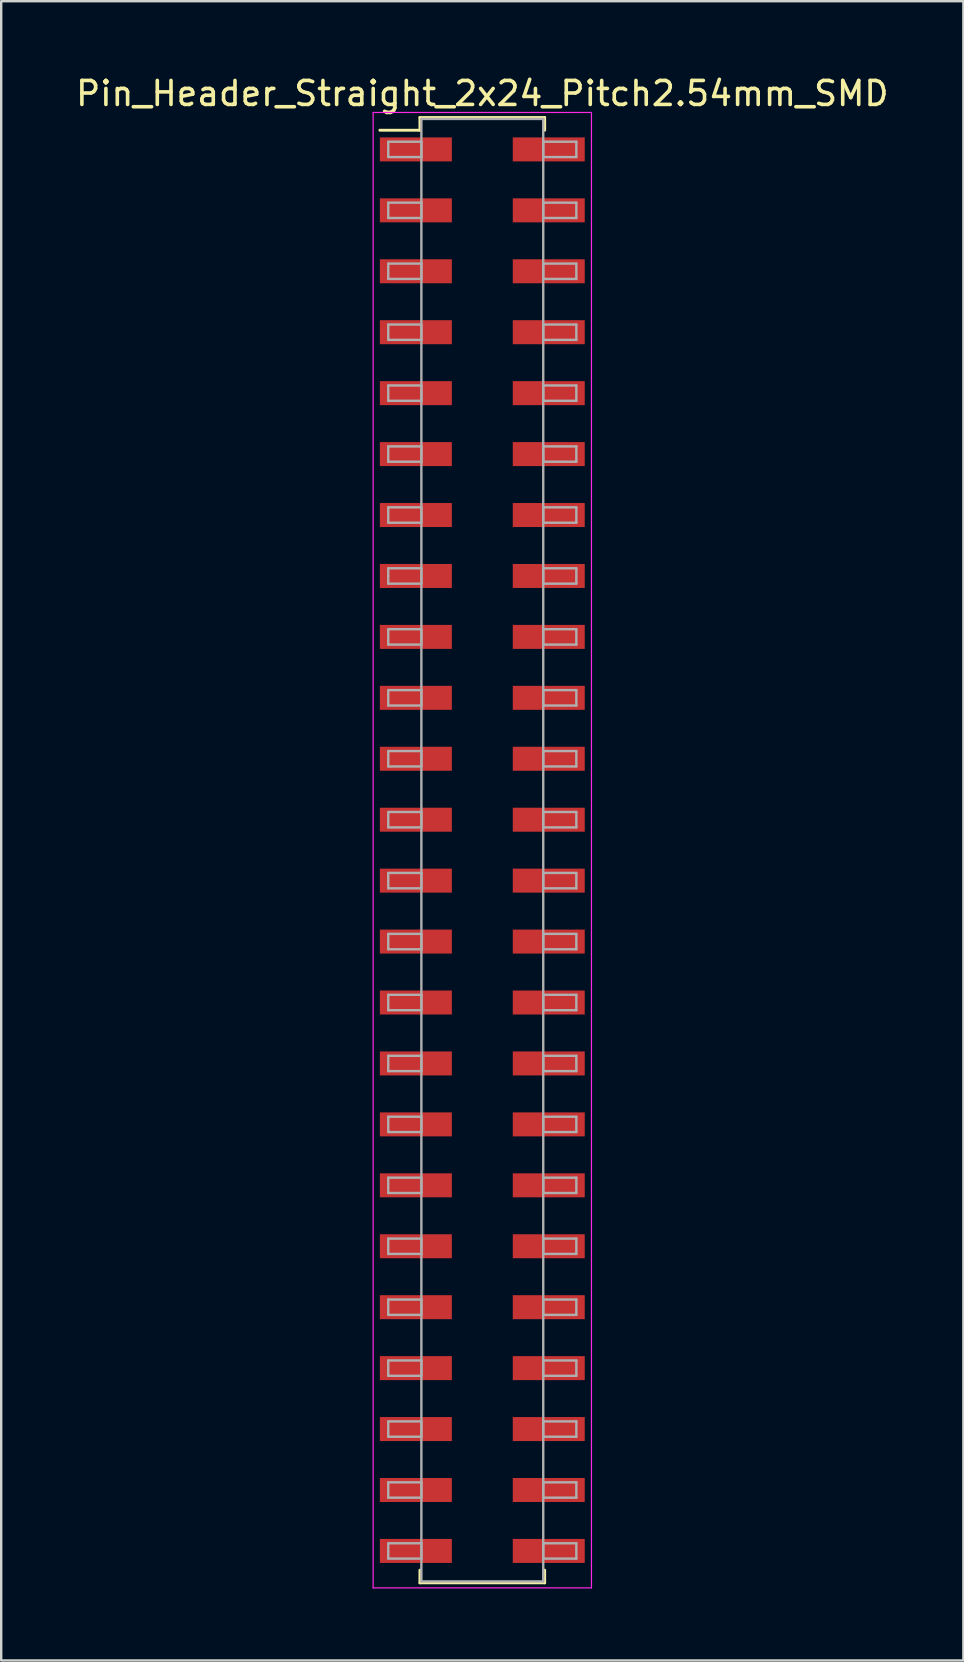
<source format=kicad_pcb>
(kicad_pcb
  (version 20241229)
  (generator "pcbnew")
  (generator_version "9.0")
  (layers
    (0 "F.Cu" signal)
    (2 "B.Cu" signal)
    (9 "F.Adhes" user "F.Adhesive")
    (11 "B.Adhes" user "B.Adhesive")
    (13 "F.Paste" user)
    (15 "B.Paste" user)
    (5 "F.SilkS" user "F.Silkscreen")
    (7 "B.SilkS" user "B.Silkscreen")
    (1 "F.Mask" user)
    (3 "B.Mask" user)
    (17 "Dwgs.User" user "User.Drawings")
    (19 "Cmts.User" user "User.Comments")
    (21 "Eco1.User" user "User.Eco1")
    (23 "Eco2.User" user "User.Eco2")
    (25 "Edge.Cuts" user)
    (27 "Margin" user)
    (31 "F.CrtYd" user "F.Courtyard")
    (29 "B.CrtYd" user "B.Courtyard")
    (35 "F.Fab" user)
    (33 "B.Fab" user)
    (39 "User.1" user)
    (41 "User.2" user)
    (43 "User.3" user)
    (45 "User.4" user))
  (footprint "Pin_Header_Straight_2x24_Pitch2.54mm_SMD"
    (layer "F.Cu")
    (at 17.054 32.388)
    (property "Reference" "Pin_Header_Straight_2x24_Pitch2.54mm_SMD" (at 0 -31.54 0) (layer "F.SilkS") (effects (font (size 1 1) (thickness 0.15))))
    (attr smd)
    (fp_line (start -4.27 -30.01) (end -2.6 -30.01) (stroke (width 0.12) (type solid)) (layer "F.SilkS"))
    (fp_line (start -2.6 -30.54) (end 2.6 -30.54) (stroke (width 0.12) (type solid)) (layer "F.SilkS"))
    (fp_line (start -2.6 -30.01) (end -2.6 -30.54) (stroke (width 0.12) (type solid)) (layer "F.SilkS"))
    (fp_line (start -2.6 30.01) (end -2.6 30.54) (stroke (width 0.12) (type solid)) (layer "F.SilkS"))
    (fp_line (start -2.6 30.54) (end 2.6 30.54) (stroke (width 0.12) (type solid)) (layer "F.SilkS"))
    (fp_line (start 2.6 -30.54) (end 2.6 -30.01) (stroke (width 0.12) (type solid)) (layer "F.SilkS"))
    (fp_line (start 2.6 30.54) (end 2.6 30.01) (stroke (width 0.12) (type solid)) (layer "F.SilkS"))
    (fp_line (start -4.55 -30.75) (end -4.55 30.75) (stroke (width 0.05) (type solid)) (layer "F.CrtYd"))
    (fp_line (start -4.55 30.75) (end 4.55 30.75) (stroke (width 0.05) (type solid)) (layer "F.CrtYd"))
    (fp_line (start 4.55 -30.75) (end -4.55 -30.75) (stroke (width 0.05) (type solid)) (layer "F.CrtYd"))
    (fp_line (start 4.55 30.75) (end 4.55 -30.75) (stroke (width 0.05) (type solid)) (layer "F.CrtYd"))
    (fp_line (start -3.92 -29.53) (end -2.54 -29.53) (stroke (width 0.1) (type solid)) (layer "F.Fab"))
    (fp_line (start -3.92 -28.89) (end -3.92 -29.53) (stroke (width 0.1) (type solid)) (layer "F.Fab"))
    (fp_line (start -3.92 -26.99) (end -2.54 -26.99) (stroke (width 0.1) (type solid)) (layer "F.Fab"))
    (fp_line (start -3.92 -26.35) (end -3.92 -26.99) (stroke (width 0.1) (type solid)) (layer "F.Fab"))
    (fp_line (start -3.92 -24.45) (end -2.54 -24.45) (stroke (width 0.1) (type solid)) (layer "F.Fab"))
    (fp_line (start -3.92 -23.81) (end -3.92 -24.45) (stroke (width 0.1) (type solid)) (layer "F.Fab"))
    (fp_line (start -3.92 -21.91) (end -2.54 -21.91) (stroke (width 0.1) (type solid)) (layer "F.Fab"))
    (fp_line (start -3.92 -21.27) (end -3.92 -21.91) (stroke (width 0.1) (type solid)) (layer "F.Fab"))
    (fp_line (start -3.92 -19.37) (end -2.54 -19.37) (stroke (width 0.1) (type solid)) (layer "F.Fab"))
    (fp_line (start -3.92 -18.73) (end -3.92 -19.37) (stroke (width 0.1) (type solid)) (layer "F.Fab"))
    (fp_line (start -3.92 -16.83) (end -2.54 -16.83) (stroke (width 0.1) (type solid)) (layer "F.Fab"))
    (fp_line (start -3.92 -16.19) (end -3.92 -16.83) (stroke (width 0.1) (type solid)) (layer "F.Fab"))
    (fp_line (start -3.92 -14.29) (end -2.54 -14.29) (stroke (width 0.1) (type solid)) (layer "F.Fab"))
    (fp_line (start -3.92 -13.65) (end -3.92 -14.29) (stroke (width 0.1) (type solid)) (layer "F.Fab"))
    (fp_line (start -3.92 -11.75) (end -2.54 -11.75) (stroke (width 0.1) (type solid)) (layer "F.Fab"))
    (fp_line (start -3.92 -11.11) (end -3.92 -11.75) (stroke (width 0.1) (type solid)) (layer "F.Fab"))
    (fp_line (start -3.92 -9.21) (end -2.54 -9.21) (stroke (width 0.1) (type solid)) (layer "F.Fab"))
    (fp_line (start -3.92 -8.57) (end -3.92 -9.21) (stroke (width 0.1) (type solid)) (layer "F.Fab"))
    (fp_line (start -3.92 -6.67) (end -2.54 -6.67) (stroke (width 0.1) (type solid)) (layer "F.Fab"))
    (fp_line (start -3.92 -6.03) (end -3.92 -6.67) (stroke (width 0.1) (type solid)) (layer "F.Fab"))
    (fp_line (start -3.92 -4.13) (end -2.54 -4.13) (stroke (width 0.1) (type solid)) (layer "F.Fab"))
    (fp_line (start -3.92 -3.49) (end -3.92 -4.13) (stroke (width 0.1) (type solid)) (layer "F.Fab"))
    (fp_line (start -3.92 -1.59) (end -2.54 -1.59) (stroke (width 0.1) (type solid)) (layer "F.Fab"))
    (fp_line (start -3.92 -0.95) (end -3.92 -1.59) (stroke (width 0.1) (type solid)) (layer "F.Fab"))
    (fp_line (start -3.92 0.95) (end -2.54 0.95) (stroke (width 0.1) (type solid)) (layer "F.Fab"))
    (fp_line (start -3.92 1.59) (end -3.92 0.95) (stroke (width 0.1) (type solid)) (layer "F.Fab"))
    (fp_line (start -3.92 3.49) (end -2.54 3.49) (stroke (width 0.1) (type solid)) (layer "F.Fab"))
    (fp_line (start -3.92 4.13) (end -3.92 3.49) (stroke (width 0.1) (type solid)) (layer "F.Fab"))
    (fp_line (start -3.92 6.03) (end -2.54 6.03) (stroke (width 0.1) (type solid)) (layer "F.Fab"))
    (fp_line (start -3.92 6.67) (end -3.92 6.03) (stroke (width 0.1) (type solid)) (layer "F.Fab"))
    (fp_line (start -3.92 8.57) (end -2.54 8.57) (stroke (width 0.1) (type solid)) (layer "F.Fab"))
    (fp_line (start -3.92 9.21) (end -3.92 8.57) (stroke (width 0.1) (type solid)) (layer "F.Fab"))
    (fp_line (start -3.92 11.11) (end -2.54 11.11) (stroke (width 0.1) (type solid)) (layer "F.Fab"))
    (fp_line (start -3.92 11.75) (end -3.92 11.11) (stroke (width 0.1) (type solid)) (layer "F.Fab"))
    (fp_line (start -3.92 13.65) (end -2.54 13.65) (stroke (width 0.1) (type solid)) (layer "F.Fab"))
    (fp_line (start -3.92 14.29) (end -3.92 13.65) (stroke (width 0.1) (type solid)) (layer "F.Fab"))
    (fp_line (start -3.92 16.19) (end -2.54 16.19) (stroke (width 0.1) (type solid)) (layer "F.Fab"))
    (fp_line (start -3.92 16.83) (end -3.92 16.19) (stroke (width 0.1) (type solid)) (layer "F.Fab"))
    (fp_line (start -3.92 18.73) (end -2.54 18.73) (stroke (width 0.1) (type solid)) (layer "F.Fab"))
    (fp_line (start -3.92 19.37) (end -3.92 18.73) (stroke (width 0.1) (type solid)) (layer "F.Fab"))
    (fp_line (start -3.92 21.27) (end -2.54 21.27) (stroke (width 0.1) (type solid)) (layer "F.Fab"))
    (fp_line (start -3.92 21.91) (end -3.92 21.27) (stroke (width 0.1) (type solid)) (layer "F.Fab"))
    (fp_line (start -3.92 23.81) (end -2.54 23.81) (stroke (width 0.1) (type solid)) (layer "F.Fab"))
    (fp_line (start -3.92 24.45) (end -3.92 23.81) (stroke (width 0.1) (type solid)) (layer "F.Fab"))
    (fp_line (start -3.92 26.35) (end -2.54 26.35) (stroke (width 0.1) (type solid)) (layer "F.Fab"))
    (fp_line (start -3.92 26.99) (end -3.92 26.35) (stroke (width 0.1) (type solid)) (layer "F.Fab"))
    (fp_line (start -3.92 28.89) (end -2.54 28.89) (stroke (width 0.1) (type solid)) (layer "F.Fab"))
    (fp_line (start -3.92 29.53) (end -3.92 28.89) (stroke (width 0.1) (type solid)) (layer "F.Fab"))
    (fp_line (start -2.54 -30.48) (end -2.54 30.48) (stroke (width 0.1) (type solid)) (layer "F.Fab"))
    (fp_line (start -2.54 -29.53) (end -2.54 -28.89) (stroke (width 0.1) (type solid)) (layer "F.Fab"))
    (fp_line (start -2.54 -28.89) (end -3.92 -28.89) (stroke (width 0.1) (type solid)) (layer "F.Fab"))
    (fp_line (start -2.54 -26.99) (end -2.54 -26.35) (stroke (width 0.1) (type solid)) (layer "F.Fab"))
    (fp_line (start -2.54 -26.35) (end -3.92 -26.35) (stroke (width 0.1) (type solid)) (layer "F.Fab"))
    (fp_line (start -2.54 -24.45) (end -2.54 -23.81) (stroke (width 0.1) (type solid)) (layer "F.Fab"))
    (fp_line (start -2.54 -23.81) (end -3.92 -23.81) (stroke (width 0.1) (type solid)) (layer "F.Fab"))
    (fp_line (start -2.54 -21.91) (end -2.54 -21.27) (stroke (width 0.1) (type solid)) (layer "F.Fab"))
    (fp_line (start -2.54 -21.27) (end -3.92 -21.27) (stroke (width 0.1) (type solid)) (layer "F.Fab"))
    (fp_line (start -2.54 -19.37) (end -2.54 -18.73) (stroke (width 0.1) (type solid)) (layer "F.Fab"))
    (fp_line (start -2.54 -18.73) (end -3.92 -18.73) (stroke (width 0.1) (type solid)) (layer "F.Fab"))
    (fp_line (start -2.54 -16.83) (end -2.54 -16.19) (stroke (width 0.1) (type solid)) (layer "F.Fab"))
    (fp_line (start -2.54 -16.19) (end -3.92 -16.19) (stroke (width 0.1) (type solid)) (layer "F.Fab"))
    (fp_line (start -2.54 -14.29) (end -2.54 -13.65) (stroke (width 0.1) (type solid)) (layer "F.Fab"))
    (fp_line (start -2.54 -13.65) (end -3.92 -13.65) (stroke (width 0.1) (type solid)) (layer "F.Fab"))
    (fp_line (start -2.54 -11.75) (end -2.54 -11.11) (stroke (width 0.1) (type solid)) (layer "F.Fab"))
    (fp_line (start -2.54 -11.11) (end -3.92 -11.11) (stroke (width 0.1) (type solid)) (layer "F.Fab"))
    (fp_line (start -2.54 -9.21) (end -2.54 -8.57) (stroke (width 0.1) (type solid)) (layer "F.Fab"))
    (fp_line (start -2.54 -8.57) (end -3.92 -8.57) (stroke (width 0.1) (type solid)) (layer "F.Fab"))
    (fp_line (start -2.54 -6.67) (end -2.54 -6.03) (stroke (width 0.1) (type solid)) (layer "F.Fab"))
    (fp_line (start -2.54 -6.03) (end -3.92 -6.03) (stroke (width 0.1) (type solid)) (layer "F.Fab"))
    (fp_line (start -2.54 -4.13) (end -2.54 -3.49) (stroke (width 0.1) (type solid)) (layer "F.Fab"))
    (fp_line (start -2.54 -3.49) (end -3.92 -3.49) (stroke (width 0.1) (type solid)) (layer "F.Fab"))
    (fp_line (start -2.54 -1.59) (end -2.54 -0.95) (stroke (width 0.1) (type solid)) (layer "F.Fab"))
    (fp_line (start -2.54 -0.95) (end -3.92 -0.95) (stroke (width 0.1) (type solid)) (layer "F.Fab"))
    (fp_line (start -2.54 0.95) (end -2.54 1.59) (stroke (width 0.1) (type solid)) (layer "F.Fab"))
    (fp_line (start -2.54 1.59) (end -3.92 1.59) (stroke (width 0.1) (type solid)) (layer "F.Fab"))
    (fp_line (start -2.54 3.49) (end -2.54 4.13) (stroke (width 0.1) (type solid)) (layer "F.Fab"))
    (fp_line (start -2.54 4.13) (end -3.92 4.13) (stroke (width 0.1) (type solid)) (layer "F.Fab"))
    (fp_line (start -2.54 6.03) (end -2.54 6.67) (stroke (width 0.1) (type solid)) (layer "F.Fab"))
    (fp_line (start -2.54 6.67) (end -3.92 6.67) (stroke (width 0.1) (type solid)) (layer "F.Fab"))
    (fp_line (start -2.54 8.57) (end -2.54 9.21) (stroke (width 0.1) (type solid)) (layer "F.Fab"))
    (fp_line (start -2.54 9.21) (end -3.92 9.21) (stroke (width 0.1) (type solid)) (layer "F.Fab"))
    (fp_line (start -2.54 11.11) (end -2.54 11.75) (stroke (width 0.1) (type solid)) (layer "F.Fab"))
    (fp_line (start -2.54 11.75) (end -3.92 11.75) (stroke (width 0.1) (type solid)) (layer "F.Fab"))
    (fp_line (start -2.54 13.65) (end -2.54 14.29) (stroke (width 0.1) (type solid)) (layer "F.Fab"))
    (fp_line (start -2.54 14.29) (end -3.92 14.29) (stroke (width 0.1) (type solid)) (layer "F.Fab"))
    (fp_line (start -2.54 16.19) (end -2.54 16.83) (stroke (width 0.1) (type solid)) (layer "F.Fab"))
    (fp_line (start -2.54 16.83) (end -3.92 16.83) (stroke (width 0.1) (type solid)) (layer "F.Fab"))
    (fp_line (start -2.54 18.73) (end -2.54 19.37) (stroke (width 0.1) (type solid)) (layer "F.Fab"))
    (fp_line (start -2.54 19.37) (end -3.92 19.37) (stroke (width 0.1) (type solid)) (layer "F.Fab"))
    (fp_line (start -2.54 21.27) (end -2.54 21.91) (stroke (width 0.1) (type solid)) (layer "F.Fab"))
    (fp_line (start -2.54 21.91) (end -3.92 21.91) (stroke (width 0.1) (type solid)) (layer "F.Fab"))
    (fp_line (start -2.54 23.81) (end -2.54 24.45) (stroke (width 0.1) (type solid)) (layer "F.Fab"))
    (fp_line (start -2.54 24.45) (end -3.92 24.45) (stroke (width 0.1) (type solid)) (layer "F.Fab"))
    (fp_line (start -2.54 26.35) (end -2.54 26.99) (stroke (width 0.1) (type solid)) (layer "F.Fab"))
    (fp_line (start -2.54 26.99) (end -3.92 26.99) (stroke (width 0.1) (type solid)) (layer "F.Fab"))
    (fp_line (start -2.54 28.89) (end -2.54 29.53) (stroke (width 0.1) (type solid)) (layer "F.Fab"))
    (fp_line (start -2.54 29.53) (end -3.92 29.53) (stroke (width 0.1) (type solid)) (layer "F.Fab"))
    (fp_line (start -2.54 30.48) (end 2.54 30.48) (stroke (width 0.1) (type solid)) (layer "F.Fab"))
    (fp_line (start 2.54 -30.48) (end -2.54 -30.48) (stroke (width 0.1) (type solid)) (layer "F.Fab"))
    (fp_line (start 2.54 -29.53) (end 2.54 -28.89) (stroke (width 0.1) (type solid)) (layer "F.Fab"))
    (fp_line (start 2.54 -28.89) (end 3.92 -28.89) (stroke (width 0.1) (type solid)) (layer "F.Fab"))
    (fp_line (start 2.54 -26.99) (end 2.54 -26.35) (stroke (width 0.1) (type solid)) (layer "F.Fab"))
    (fp_line (start 2.54 -26.35) (end 3.92 -26.35) (stroke (width 0.1) (type solid)) (layer "F.Fab"))
    (fp_line (start 2.54 -24.45) (end 2.54 -23.81) (stroke (width 0.1) (type solid)) (layer "F.Fab"))
    (fp_line (start 2.54 -23.81) (end 3.92 -23.81) (stroke (width 0.1) (type solid)) (layer "F.Fab"))
    (fp_line (start 2.54 -21.91) (end 2.54 -21.27) (stroke (width 0.1) (type solid)) (layer "F.Fab"))
    (fp_line (start 2.54 -21.27) (end 3.92 -21.27) (stroke (width 0.1) (type solid)) (layer "F.Fab"))
    (fp_line (start 2.54 -19.37) (end 2.54 -18.73) (stroke (width 0.1) (type solid)) (layer "F.Fab"))
    (fp_line (start 2.54 -18.73) (end 3.92 -18.73) (stroke (width 0.1) (type solid)) (layer "F.Fab"))
    (fp_line (start 2.54 -16.83) (end 2.54 -16.19) (stroke (width 0.1) (type solid)) (layer "F.Fab"))
    (fp_line (start 2.54 -16.19) (end 3.92 -16.19) (stroke (width 0.1) (type solid)) (layer "F.Fab"))
    (fp_line (start 2.54 -14.29) (end 2.54 -13.65) (stroke (width 0.1) (type solid)) (layer "F.Fab"))
    (fp_line (start 2.54 -13.65) (end 3.92 -13.65) (stroke (width 0.1) (type solid)) (layer "F.Fab"))
    (fp_line (start 2.54 -11.75) (end 2.54 -11.11) (stroke (width 0.1) (type solid)) (layer "F.Fab"))
    (fp_line (start 2.54 -11.11) (end 3.92 -11.11) (stroke (width 0.1) (type solid)) (layer "F.Fab"))
    (fp_line (start 2.54 -9.21) (end 2.54 -8.57) (stroke (width 0.1) (type solid)) (layer "F.Fab"))
    (fp_line (start 2.54 -8.57) (end 3.92 -8.57) (stroke (width 0.1) (type solid)) (layer "F.Fab"))
    (fp_line (start 2.54 -6.67) (end 2.54 -6.03) (stroke (width 0.1) (type solid)) (layer "F.Fab"))
    (fp_line (start 2.54 -6.03) (end 3.92 -6.03) (stroke (width 0.1) (type solid)) (layer "F.Fab"))
    (fp_line (start 2.54 -4.13) (end 2.54 -3.49) (stroke (width 0.1) (type solid)) (layer "F.Fab"))
    (fp_line (start 2.54 -3.49) (end 3.92 -3.49) (stroke (width 0.1) (type solid)) (layer "F.Fab"))
    (fp_line (start 2.54 -1.59) (end 2.54 -0.95) (stroke (width 0.1) (type solid)) (layer "F.Fab"))
    (fp_line (start 2.54 -0.95) (end 3.92 -0.95) (stroke (width 0.1) (type solid)) (layer "F.Fab"))
    (fp_line (start 2.54 0.95) (end 2.54 1.59) (stroke (width 0.1) (type solid)) (layer "F.Fab"))
    (fp_line (start 2.54 1.59) (end 3.92 1.59) (stroke (width 0.1) (type solid)) (layer "F.Fab"))
    (fp_line (start 2.54 3.49) (end 2.54 4.13) (stroke (width 0.1) (type solid)) (layer "F.Fab"))
    (fp_line (start 2.54 4.13) (end 3.92 4.13) (stroke (width 0.1) (type solid)) (layer "F.Fab"))
    (fp_line (start 2.54 6.03) (end 2.54 6.67) (stroke (width 0.1) (type solid)) (layer "F.Fab"))
    (fp_line (start 2.54 6.67) (end 3.92 6.67) (stroke (width 0.1) (type solid)) (layer "F.Fab"))
    (fp_line (start 2.54 8.57) (end 2.54 9.21) (stroke (width 0.1) (type solid)) (layer "F.Fab"))
    (fp_line (start 2.54 9.21) (end 3.92 9.21) (stroke (width 0.1) (type solid)) (layer "F.Fab"))
    (fp_line (start 2.54 11.11) (end 2.54 11.75) (stroke (width 0.1) (type solid)) (layer "F.Fab"))
    (fp_line (start 2.54 11.75) (end 3.92 11.75) (stroke (width 0.1) (type solid)) (layer "F.Fab"))
    (fp_line (start 2.54 13.65) (end 2.54 14.29) (stroke (width 0.1) (type solid)) (layer "F.Fab"))
    (fp_line (start 2.54 14.29) (end 3.92 14.29) (stroke (width 0.1) (type solid)) (layer "F.Fab"))
    (fp_line (start 2.54 16.19) (end 2.54 16.83) (stroke (width 0.1) (type solid)) (layer "F.Fab"))
    (fp_line (start 2.54 16.83) (end 3.92 16.83) (stroke (width 0.1) (type solid)) (layer "F.Fab"))
    (fp_line (start 2.54 18.73) (end 2.54 19.37) (stroke (width 0.1) (type solid)) (layer "F.Fab"))
    (fp_line (start 2.54 19.37) (end 3.92 19.37) (stroke (width 0.1) (type solid)) (layer "F.Fab"))
    (fp_line (start 2.54 21.27) (end 2.54 21.91) (stroke (width 0.1) (type solid)) (layer "F.Fab"))
    (fp_line (start 2.54 21.91) (end 3.92 21.91) (stroke (width 0.1) (type solid)) (layer "F.Fab"))
    (fp_line (start 2.54 23.81) (end 2.54 24.45) (stroke (width 0.1) (type solid)) (layer "F.Fab"))
    (fp_line (start 2.54 24.45) (end 3.92 24.45) (stroke (width 0.1) (type solid)) (layer "F.Fab"))
    (fp_line (start 2.54 26.35) (end 2.54 26.99) (stroke (width 0.1) (type solid)) (layer "F.Fab"))
    (fp_line (start 2.54 26.99) (end 3.92 26.99) (stroke (width 0.1) (type solid)) (layer "F.Fab"))
    (fp_line (start 2.54 28.89) (end 2.54 29.53) (stroke (width 0.1) (type solid)) (layer "F.Fab"))
    (fp_line (start 2.54 29.53) (end 3.92 29.53) (stroke (width 0.1) (type solid)) (layer "F.Fab"))
    (fp_line (start 2.54 30.48) (end 2.54 -30.48) (stroke (width 0.1) (type solid)) (layer "F.Fab"))
    (fp_line (start 3.92 -29.53) (end 2.54 -29.53) (stroke (width 0.1) (type solid)) (layer "F.Fab"))
    (fp_line (start 3.92 -28.89) (end 3.92 -29.53) (stroke (width 0.1) (type solid)) (layer "F.Fab"))
    (fp_line (start 3.92 -26.99) (end 2.54 -26.99) (stroke (width 0.1) (type solid)) (layer "F.Fab"))
    (fp_line (start 3.92 -26.35) (end 3.92 -26.99) (stroke (width 0.1) (type solid)) (layer "F.Fab"))
    (fp_line (start 3.92 -24.45) (end 2.54 -24.45) (stroke (width 0.1) (type solid)) (layer "F.Fab"))
    (fp_line (start 3.92 -23.81) (end 3.92 -24.45) (stroke (width 0.1) (type solid)) (layer "F.Fab"))
    (fp_line (start 3.92 -21.91) (end 2.54 -21.91) (stroke (width 0.1) (type solid)) (layer "F.Fab"))
    (fp_line (start 3.92 -21.27) (end 3.92 -21.91) (stroke (width 0.1) (type solid)) (layer "F.Fab"))
    (fp_line (start 3.92 -19.37) (end 2.54 -19.37) (stroke (width 0.1) (type solid)) (layer "F.Fab"))
    (fp_line (start 3.92 -18.73) (end 3.92 -19.37) (stroke (width 0.1) (type solid)) (layer "F.Fab"))
    (fp_line (start 3.92 -16.83) (end 2.54 -16.83) (stroke (width 0.1) (type solid)) (layer "F.Fab"))
    (fp_line (start 3.92 -16.19) (end 3.92 -16.83) (stroke (width 0.1) (type solid)) (layer "F.Fab"))
    (fp_line (start 3.92 -14.29) (end 2.54 -14.29) (stroke (width 0.1) (type solid)) (layer "F.Fab"))
    (fp_line (start 3.92 -13.65) (end 3.92 -14.29) (stroke (width 0.1) (type solid)) (layer "F.Fab"))
    (fp_line (start 3.92 -11.75) (end 2.54 -11.75) (stroke (width 0.1) (type solid)) (layer "F.Fab"))
    (fp_line (start 3.92 -11.11) (end 3.92 -11.75) (stroke (width 0.1) (type solid)) (layer "F.Fab"))
    (fp_line (start 3.92 -9.21) (end 2.54 -9.21) (stroke (width 0.1) (type solid)) (layer "F.Fab"))
    (fp_line (start 3.92 -8.57) (end 3.92 -9.21) (stroke (width 0.1) (type solid)) (layer "F.Fab"))
    (fp_line (start 3.92 -6.67) (end 2.54 -6.67) (stroke (width 0.1) (type solid)) (layer "F.Fab"))
    (fp_line (start 3.92 -6.03) (end 3.92 -6.67) (stroke (width 0.1) (type solid)) (layer "F.Fab"))
    (fp_line (start 3.92 -4.13) (end 2.54 -4.13) (stroke (width 0.1) (type solid)) (layer "F.Fab"))
    (fp_line (start 3.92 -3.49) (end 3.92 -4.13) (stroke (width 0.1) (type solid)) (layer "F.Fab"))
    (fp_line (start 3.92 -1.59) (end 2.54 -1.59) (stroke (width 0.1) (type solid)) (layer "F.Fab"))
    (fp_line (start 3.92 -0.95) (end 3.92 -1.59) (stroke (width 0.1) (type solid)) (layer "F.Fab"))
    (fp_line (start 3.92 0.95) (end 2.54 0.95) (stroke (width 0.1) (type solid)) (layer "F.Fab"))
    (fp_line (start 3.92 1.59) (end 3.92 0.95) (stroke (width 0.1) (type solid)) (layer "F.Fab"))
    (fp_line (start 3.92 3.49) (end 2.54 3.49) (stroke (width 0.1) (type solid)) (layer "F.Fab"))
    (fp_line (start 3.92 4.13) (end 3.92 3.49) (stroke (width 0.1) (type solid)) (layer "F.Fab"))
    (fp_line (start 3.92 6.03) (end 2.54 6.03) (stroke (width 0.1) (type solid)) (layer "F.Fab"))
    (fp_line (start 3.92 6.67) (end 3.92 6.03) (stroke (width 0.1) (type solid)) (layer "F.Fab"))
    (fp_line (start 3.92 8.57) (end 2.54 8.57) (stroke (width 0.1) (type solid)) (layer "F.Fab"))
    (fp_line (start 3.92 9.21) (end 3.92 8.57) (stroke (width 0.1) (type solid)) (layer "F.Fab"))
    (fp_line (start 3.92 11.11) (end 2.54 11.11) (stroke (width 0.1) (type solid)) (layer "F.Fab"))
    (fp_line (start 3.92 11.75) (end 3.92 11.11) (stroke (width 0.1) (type solid)) (layer "F.Fab"))
    (fp_line (start 3.92 13.65) (end 2.54 13.65) (stroke (width 0.1) (type solid)) (layer "F.Fab"))
    (fp_line (start 3.92 14.29) (end 3.92 13.65) (stroke (width 0.1) (type solid)) (layer "F.Fab"))
    (fp_line (start 3.92 16.19) (end 2.54 16.19) (stroke (width 0.1) (type solid)) (layer "F.Fab"))
    (fp_line (start 3.92 16.83) (end 3.92 16.19) (stroke (width 0.1) (type solid)) (layer "F.Fab"))
    (fp_line (start 3.92 18.73) (end 2.54 18.73) (stroke (width 0.1) (type solid)) (layer "F.Fab"))
    (fp_line (start 3.92 19.37) (end 3.92 18.73) (stroke (width 0.1) (type solid)) (layer "F.Fab"))
    (fp_line (start 3.92 21.27) (end 2.54 21.27) (stroke (width 0.1) (type solid)) (layer "F.Fab"))
    (fp_line (start 3.92 21.91) (end 3.92 21.27) (stroke (width 0.1) (type solid)) (layer "F.Fab"))
    (fp_line (start 3.92 23.81) (end 2.54 23.81) (stroke (width 0.1) (type solid)) (layer "F.Fab"))
    (fp_line (start 3.92 24.45) (end 3.92 23.81) (stroke (width 0.1) (type solid)) (layer "F.Fab"))
    (fp_line (start 3.92 26.35) (end 2.54 26.35) (stroke (width 0.1) (type solid)) (layer "F.Fab"))
    (fp_line (start 3.92 26.99) (end 3.92 26.35) (stroke (width 0.1) (type solid)) (layer "F.Fab"))
    (fp_line (start 3.92 28.89) (end 2.54 28.89) (stroke (width 0.1) (type solid)) (layer "F.Fab"))
    (fp_line (start 3.92 29.53) (end 3.92 28.89) (stroke (width 0.1) (type solid)) (layer "F.Fab"))
    (pad "1" smd rect (at -2.77 -29.21) (size 3 1) (layers "F.Cu" "F.Mask"))
    (pad "2" smd rect (at 2.77 -29.21) (size 3 1) (layers "F.Cu" "F.Mask"))
    (pad "3" smd rect (at -2.77 -26.67) (size 3 1) (layers "F.Cu" "F.Mask"))
    (pad "4" smd rect (at 2.77 -26.67) (size 3 1) (layers "F.Cu" "F.Mask"))
    (pad "5" smd rect (at -2.77 -24.13) (size 3 1) (layers "F.Cu" "F.Mask"))
    (pad "6" smd rect (at 2.77 -24.13) (size 3 1) (layers "F.Cu" "F.Mask"))
    (pad "7" smd rect (at -2.77 -21.59) (size 3 1) (layers "F.Cu" "F.Mask"))
    (pad "8" smd rect (at 2.77 -21.59) (size 3 1) (layers "F.Cu" "F.Mask"))
    (pad "9" smd rect (at -2.77 -19.05) (size 3 1) (layers "F.Cu" "F.Mask"))
    (pad "10" smd rect (at 2.77 -19.05) (size 3 1) (layers "F.Cu" "F.Mask"))
    (pad "11" smd rect (at -2.77 -16.51) (size 3 1) (layers "F.Cu" "F.Mask"))
    (pad "12" smd rect (at 2.77 -16.51) (size 3 1) (layers "F.Cu" "F.Mask"))
    (pad "13" smd rect (at -2.77 -13.97) (size 3 1) (layers "F.Cu" "F.Mask"))
    (pad "14" smd rect (at 2.77 -13.97) (size 3 1) (layers "F.Cu" "F.Mask"))
    (pad "15" smd rect (at -2.77 -11.43) (size 3 1) (layers "F.Cu" "F.Mask"))
    (pad "16" smd rect (at 2.77 -11.43) (size 3 1) (layers "F.Cu" "F.Mask"))
    (pad "17" smd rect (at -2.77 -8.89) (size 3 1) (layers "F.Cu" "F.Mask"))
    (pad "18" smd rect (at 2.77 -8.89) (size 3 1) (layers "F.Cu" "F.Mask"))
    (pad "19" smd rect (at -2.77 -6.35) (size 3 1) (layers "F.Cu" "F.Mask"))
    (pad "20" smd rect (at 2.77 -6.35) (size 3 1) (layers "F.Cu" "F.Mask"))
    (pad "21" smd rect (at -2.77 -3.81) (size 3 1) (layers "F.Cu" "F.Mask"))
    (pad "22" smd rect (at 2.77 -3.81) (size 3 1) (layers "F.Cu" "F.Mask"))
    (pad "23" smd rect (at -2.77 -1.27) (size 3 1) (layers "F.Cu" "F.Mask"))
    (pad "24" smd rect (at 2.77 -1.27) (size 3 1) (layers "F.Cu" "F.Mask"))
    (pad "25" smd rect (at -2.77 1.27) (size 3 1) (layers "F.Cu" "F.Mask"))
    (pad "26" smd rect (at 2.77 1.27) (size 3 1) (layers "F.Cu" "F.Mask"))
    (pad "27" smd rect (at -2.77 3.81) (size 3 1) (layers "F.Cu" "F.Mask"))
    (pad "28" smd rect (at 2.77 3.81) (size 3 1) (layers "F.Cu" "F.Mask"))
    (pad "29" smd rect (at -2.77 6.35) (size 3 1) (layers "F.Cu" "F.Mask"))
    (pad "30" smd rect (at 2.77 6.35) (size 3 1) (layers "F.Cu" "F.Mask"))
    (pad "31" smd rect (at -2.77 8.89) (size 3 1) (layers "F.Cu" "F.Mask"))
    (pad "32" smd rect (at 2.77 8.89) (size 3 1) (layers "F.Cu" "F.Mask"))
    (pad "33" smd rect (at -2.77 11.43) (size 3 1) (layers "F.Cu" "F.Mask"))
    (pad "34" smd rect (at 2.77 11.43) (size 3 1) (layers "F.Cu" "F.Mask"))
    (pad "35" smd rect (at -2.77 13.97) (size 3 1) (layers "F.Cu" "F.Mask"))
    (pad "36" smd rect (at 2.77 13.97) (size 3 1) (layers "F.Cu" "F.Mask"))
    (pad "37" smd rect (at -2.77 16.51) (size 3 1) (layers "F.Cu" "F.Mask"))
    (pad "38" smd rect (at 2.77 16.51) (size 3 1) (layers "F.Cu" "F.Mask"))
    (pad "39" smd rect (at -2.77 19.05) (size 3 1) (layers "F.Cu" "F.Mask"))
    (pad "40" smd rect (at 2.77 19.05) (size 3 1) (layers "F.Cu" "F.Mask"))
    (pad "41" smd rect (at -2.77 21.59) (size 3 1) (layers "F.Cu" "F.Mask"))
    (pad "42" smd rect (at 2.77 21.59) (size 3 1) (layers "F.Cu" "F.Mask"))
    (pad "43" smd rect (at -2.77 24.13) (size 3 1) (layers "F.Cu" "F.Mask"))
    (pad "44" smd rect (at 2.77 24.13) (size 3 1) (layers "F.Cu" "F.Mask"))
    (pad "45" smd rect (at -2.77 26.67) (size 3 1) (layers "F.Cu" "F.Mask"))
    (pad "46" smd rect (at 2.77 26.67) (size 3 1) (layers "F.Cu" "F.Mask"))
    (pad "47" smd rect (at -2.77 29.21) (size 3 1) (layers "F.Cu" "F.Mask"))
    (pad "48" smd rect (at 2.77 29.21) (size 3 1) (layers "F.Cu" "F.Mask")))
  (gr_rect
    (start -3 -3)
    (end 37.107 66.163)
    (stroke (width 0.1) (type default))
    (fill no)
    (layer "Edge.Cuts")))
</source>
